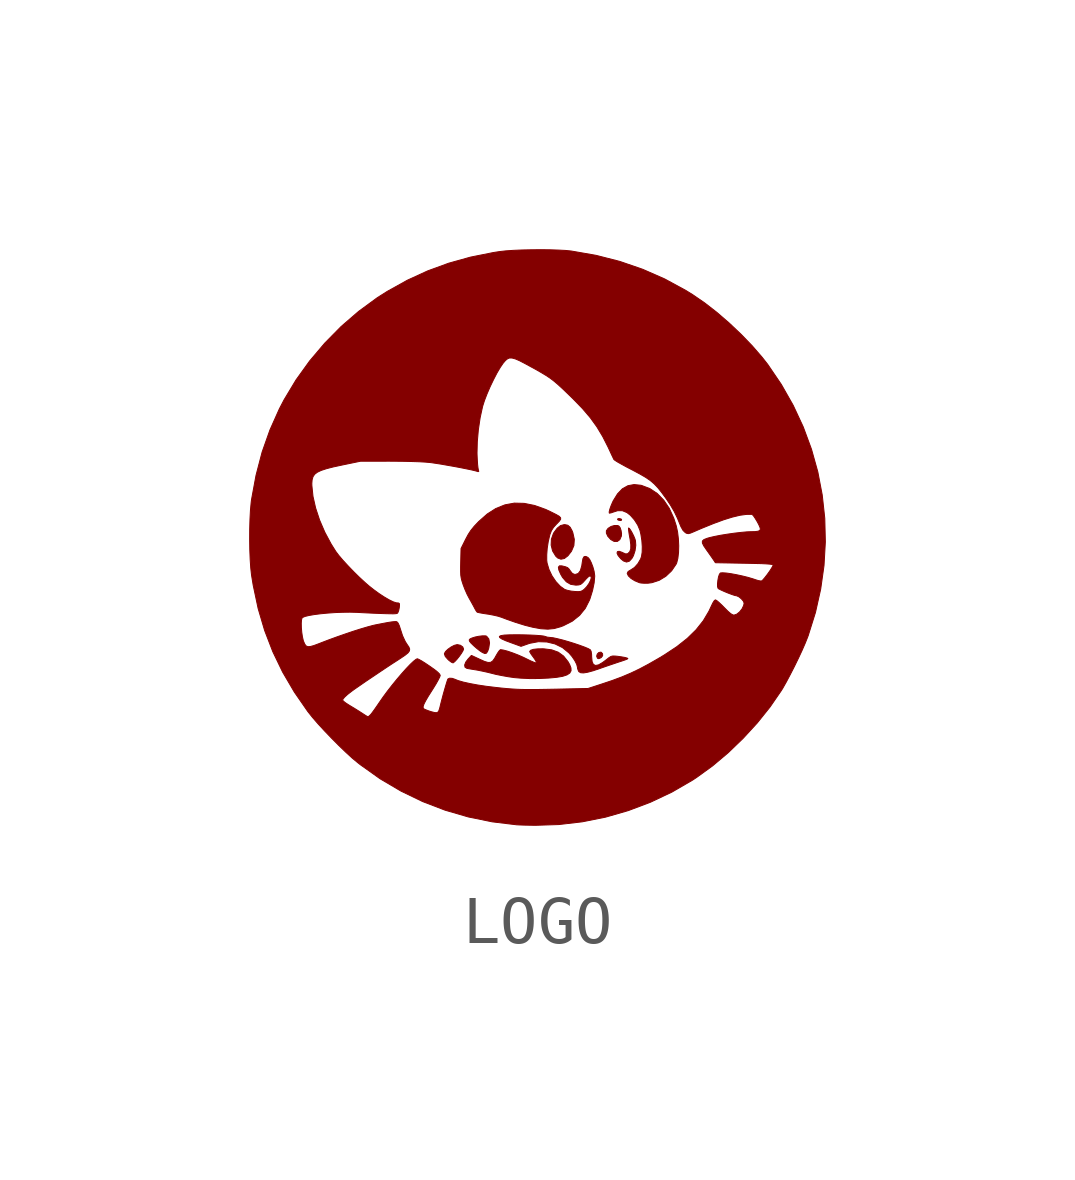
<source format=kicad_sym>
(kicad_symbol_lib
  (version 20220914)
  (generator "bitmap2component")
  (generator_version "9.0")
  (symbol "LOGO"
    (pin_names
      (offset 1.016))
    (property "Reference" "#G"
      (at 0 5.371 0)
      (effects (font (size 1.27 1.27)) hide))
    (symbol "LOGO_0_0"
      (polyline (pts (xy 0.45 -5.986) (xy 0.939 -5.929) (xy 1.423 -5.832) (xy 1.898 -5.695) (xy 2.361 -5.52) (xy 2.809 -5.308) (xy 3.238 -5.059) (xy 3.324 -5.002) (xy 3.655 -4.762) (xy 3.98 -4.488) (xy 4.292 -4.187) (xy 4.585 -3.868) (xy 4.851 -3.536) (xy 5.083 -3.199) (xy 5.116 -3.146) (xy 5.19 -3.015) (xy 5.272 -2.861) (xy 5.358 -2.693) (xy 5.442 -2.521) (xy 5.519 -2.356) (xy 5.584 -2.207) (xy 5.633 -2.084) (xy 5.647 -2.047) (xy 5.798 -1.565) (xy 5.907 -1.077) (xy 5.976 -0.587) (xy 6.004 -0.095) (xy 5.992 0.395) (xy 5.939 0.882) (xy 5.847 1.363) (xy 5.715 1.836) (xy 5.544 2.299) (xy 5.334 2.75) (xy 5.086 3.187) (xy 4.8 3.608) (xy 4.686 3.753) (xy 4.479 3.992) (xy 4.247 4.232) (xy 3.999 4.467) (xy 3.743 4.688) (xy 3.487 4.887) (xy 3.241 5.056) (xy 3.097 5.145) (xy 2.656 5.385) (xy 2.198 5.586) (xy 1.722 5.75) (xy 1.226 5.877) (xy 0.71 5.967) (xy 0.593 5.979) (xy 0.439 5.987) (xy 0.261 5.993) (xy 0.069 5.995) (xy -0.129 5.993) (xy -0.322 5.989) (xy -0.502 5.981) (xy -0.659 5.97) (xy -0.784 5.956) (xy -0.914 5.936) (xy -1.393 5.84) (xy -1.848 5.713) (xy -2.285 5.553) (xy -2.708 5.359) (xy -3.125 5.127) (xy -3.335 4.994) (xy -3.721 4.711) (xy -4.087 4.395) (xy -4.429 4.048) (xy -4.744 3.676) (xy -5.028 3.281) (xy -5.277 2.867) (xy -5.375 2.679) (xy -5.572 2.238) (xy -5.735 1.777) (xy -5.862 1.292) (xy -5.956 0.784) (xy -5.963 0.728) (xy -5.978 0.567) (xy -5.988 0.378) (xy -5.994 0.171) (xy -5.995 -0.044) (xy -5.992 -0.257) (xy -5.984 -0.458) (xy -5.972 -0.637) (xy -5.956 -0.784) (xy -5.921 -0.998) (xy -5.818 -1.483) (xy -5.727 -1.791) (xy -4.919 -1.791) (xy -4.914 -1.72) (xy -4.901 -1.678) (xy -4.893 -1.671) (xy -4.843 -1.649) (xy -4.76 -1.629) (xy -4.649 -1.61) (xy -4.516 -1.593) (xy -4.37 -1.579) (xy -4.214 -1.568) (xy -4.056 -1.562) (xy -3.903 -1.56) (xy -3.76 -1.564) (xy -3.61 -1.572) (xy -3.424 -1.581) (xy -3.275 -1.587) (xy -3.157 -1.591) (xy -3.068 -1.593) (xy -3.003 -1.594) (xy -2.958 -1.592) (xy -2.931 -1.588) (xy -2.916 -1.582) (xy -2.907 -1.572) (xy -2.889 -1.527) (xy -2.876 -1.464) (xy -2.872 -1.42) (xy -2.873 -1.383) (xy -2.889 -1.369) (xy -2.926 -1.366) (xy -2.94 -1.365) (xy -3.003 -1.344) (xy -3.089 -1.302) (xy -3.19 -1.243) (xy -3.3 -1.171) (xy -3.411 -1.09) (xy -3.517 -1.006) (xy -3.593 -0.939) (xy -3.711 -0.83) (xy -3.831 -0.712) (xy -3.946 -0.592) (xy -4.051 -0.478) (xy -4.137 -0.377) (xy -4.198 -0.296) (xy -4.296 -0.14) (xy -4.428 0.106) (xy -4.537 0.359) (xy -4.62 0.611) (xy -4.675 0.854) (xy -4.698 1.079) (xy -4.699 1.123) (xy -4.693 1.199) (xy -4.675 1.262) (xy -4.64 1.314) (xy -4.584 1.357) (xy -4.503 1.395) (xy -4.393 1.431) (xy -4.249 1.468) (xy -4.067 1.507) (xy -3.686 1.586) (xy -3.082 1.587) (xy -2.957 1.586) (xy -2.778 1.584) (xy -2.61 1.58) (xy -2.459 1.575) (xy -2.335 1.568) (xy -2.246 1.56) (xy -2.222 1.558) (xy -2.127 1.544) (xy -2.01 1.526) (xy -1.88 1.503) (xy -1.743 1.479) (xy -1.609 1.454) (xy -1.485 1.429) (xy -1.378 1.407) (xy -1.298 1.388) (xy -1.251 1.375) (xy -1.234 1.369) (xy -1.22 1.375) (xy -1.229 1.411) (xy -1.236 1.448) (xy -1.244 1.519) (xy -1.25 1.612) (xy -1.255 1.716) (xy -1.256 1.761) (xy -1.25 1.994) (xy -1.228 2.244) (xy -1.191 2.493) (xy -1.141 2.722) (xy -1.138 2.734) (xy -1.1 2.853) (xy -1.047 2.991) (xy -0.983 3.139) (xy -0.912 3.287) (xy -0.841 3.424) (xy -0.772 3.541) (xy -0.713 3.628) (xy -0.707 3.635) (xy -0.663 3.686) (xy -0.622 3.72) (xy -0.578 3.738) (xy -0.525 3.737) (xy -0.458 3.719) (xy -0.372 3.682) (xy -0.26 3.624) (xy -0.117 3.546) (xy -0.025 3.496) (xy 0.086 3.432) (xy 0.179 3.376) (xy 0.261 3.322) (xy 0.338 3.264) (xy 0.418 3.197) (xy 0.506 3.117) (xy 0.611 3.017) (xy 0.739 2.893) (xy 0.749 2.883) (xy 0.942 2.684) (xy 1.104 2.494) (xy 1.242 2.303) (xy 1.364 2.1) (xy 1.477 1.877) (xy 1.516 1.793) (xy 1.553 1.713) (xy 1.582 1.653) (xy 1.597 1.622) (xy 1.62 1.604) (xy 1.675 1.569) (xy 1.755 1.524) (xy 1.855 1.469) (xy 1.967 1.411) (xy 1.99 1.399) (xy 2.138 1.32) (xy 2.257 1.251) (xy 2.354 1.185) (xy 2.437 1.114) (xy 2.514 1.033) (xy 2.592 0.935) (xy 2.681 0.813) (xy 2.686 0.807) (xy 2.778 0.669) (xy 2.854 0.539) (xy 2.921 0.399) (xy 2.989 0.234) (xy 2.994 0.222) (xy 3.038 0.144) (xy 3.087 0.097) (xy 3.115 0.083) (xy 3.148 0.077) (xy 3.19 0.087) (xy 3.256 0.114) (xy 3.427 0.188) (xy 3.671 0.287) (xy 3.883 0.365) (xy 4.066 0.422) (xy 4.224 0.46) (xy 4.359 0.478) (xy 4.474 0.479) (xy 4.478 0.477) (xy 4.504 0.451) (xy 4.539 0.4) (xy 4.578 0.336) (xy 4.614 0.27) (xy 4.64 0.212) (xy 4.65 0.175) (xy 4.65 0.172) (xy 4.639 0.145) (xy 4.605 0.128) (xy 4.541 0.119) (xy 4.442 0.117) (xy 4.368 0.114) (xy 4.249 0.103) (xy 4.11 0.087) (xy 3.963 0.066) (xy 3.82 0.043) (xy 3.693 0.018) (xy 3.593 -0.005) (xy 3.538 -0.021) (xy 3.473 -0.047) (xy 3.441 -0.077) (xy 3.441 -0.119) (xy 3.471 -0.18) (xy 3.53 -0.266) (xy 3.552 -0.297) (xy 3.606 -0.373) (xy 3.65 -0.436) (xy 3.678 -0.477) (xy 3.712 -0.529) (xy 4.314 -0.54) (xy 4.37 -0.541) (xy 4.539 -0.545) (xy 4.671 -0.548) (xy 4.769 -0.553) (xy 4.839 -0.558) (xy 4.884 -0.564) (xy 4.908 -0.571) (xy 4.915 -0.58) (xy 4.909 -0.598) (xy 4.882 -0.645) (xy 4.841 -0.708) (xy 4.792 -0.776) (xy 4.743 -0.839) (xy 4.702 -0.887) (xy 4.676 -0.909) (xy 4.656 -0.91) (xy 4.604 -0.901) (xy 4.538 -0.88) (xy 4.495 -0.865) (xy 4.39 -0.834) (xy 4.273 -0.805) (xy 4.152 -0.779) (xy 4.038 -0.758) (xy 3.938 -0.744) (xy 3.861 -0.739) (xy 3.816 -0.743) (xy 3.796 -0.77) (xy 3.777 -0.825) (xy 3.764 -0.896) (xy 3.756 -0.968) (xy 3.757 -1.028) (xy 3.768 -1.063) (xy 3.777 -1.071) (xy 3.823 -1.095) (xy 3.891 -1.126) (xy 3.97 -1.159) (xy 4.047 -1.188) (xy 4.111 -1.21) (xy 4.149 -1.218) (xy 4.157 -1.219) (xy 4.204 -1.241) (xy 4.254 -1.282) (xy 4.294 -1.329) (xy 4.311 -1.37) (xy 4.302 -1.419) (xy 4.268 -1.49) (xy 4.216 -1.555) (xy 4.157 -1.602) (xy 4.1 -1.621) (xy 4.077 -1.616) (xy 4.033 -1.592) (xy 3.974 -1.541) (xy 3.895 -1.462) (xy 3.848 -1.414) (xy 3.787 -1.357) (xy 3.739 -1.317) (xy 3.712 -1.303) (xy 3.689 -1.32) (xy 3.658 -1.369) (xy 3.623 -1.442) (xy 3.578 -1.539) (xy 3.46 -1.738) (xy 3.31 -1.927) (xy 3.127 -2.106) (xy 2.907 -2.28) (xy 2.648 -2.451) (xy 2.525 -2.525) (xy 2.319 -2.643) (xy 2.131 -2.743) (xy 1.949 -2.83) (xy 1.763 -2.909) (xy 1.562 -2.984) (xy 1.335 -3.06) (xy 1.059 -3.15) (xy 0.498 -3.162) (xy 0.421 -3.164) (xy 0.213 -3.168) (xy 0.039 -3.171) (xy -0.107 -3.172) (xy -0.231 -3.172) (xy -0.34 -3.17) (xy -0.439 -3.166) (xy -0.536 -3.16) (xy -0.635 -3.152) (xy -0.744 -3.142) (xy -0.869 -3.128) (xy -0.87 -3.128) (xy -1.06 -3.105) (xy -1.24 -3.078) (xy -1.402 -3.048) (xy -1.542 -3.017) (xy -1.652 -2.985) (xy -1.726 -2.955) (xy -1.778 -2.938) (xy -1.831 -2.937) (xy -1.864 -2.954) (xy -1.867 -2.962) (xy -1.882 -3.005) (xy -1.904 -3.076) (xy -1.93 -3.166) (xy -1.958 -3.264) (xy -1.984 -3.362) (xy -2.007 -3.451) (xy -2.024 -3.521) (xy -2.037 -3.573) (xy -2.058 -3.63) (xy -2.088 -3.654) (xy -2.138 -3.653) (xy -2.218 -3.632) (xy -2.28 -3.611) (xy -2.338 -3.588) (xy -2.368 -3.572) (xy -2.379 -3.553) (xy -2.378 -3.521) (xy -2.361 -3.473) (xy -2.326 -3.405) (xy -2.271 -3.311) (xy -2.193 -3.188) (xy -2.167 -3.147) (xy -2.11 -3.054) (xy -2.065 -2.973) (xy -2.034 -2.912) (xy -2.023 -2.88) (xy -2.023 -2.879) (xy -2.035 -2.851) (xy -2.074 -2.811) (xy -2.142 -2.756) (xy -2.244 -2.684) (xy -2.252 -2.679) (xy -2.338 -2.621) (xy -2.413 -2.574) (xy -2.47 -2.543) (xy -2.5 -2.531) (xy -2.525 -2.541) (xy -2.577 -2.581) (xy -2.647 -2.647) (xy -2.73 -2.734) (xy -2.823 -2.838) (xy -2.923 -2.955) (xy -3.024 -3.079) (xy -3.123 -3.206) (xy -3.216 -3.332) (xy -3.299 -3.452) (xy -3.34 -3.512) (xy -3.395 -3.591) (xy -3.441 -3.654) (xy -3.47 -3.691) (xy -3.505 -3.725) (xy -3.529 -3.739) (xy -3.546 -3.732) (xy -3.589 -3.706) (xy -3.647 -3.668) (xy -3.652 -3.665) (xy -3.725 -3.618) (xy -3.815 -3.562) (xy -3.903 -3.509) (xy -3.928 -3.494) (xy -3.994 -3.451) (xy -4.04 -3.415) (xy -4.057 -3.392) (xy -4.053 -3.378) (xy -4.019 -3.334) (xy -3.955 -3.275) (xy -3.866 -3.206) (xy -3.807 -3.163) (xy -3.701 -3.09) (xy -3.574 -3.002) (xy -3.434 -2.908) (xy -3.29 -2.811) (xy -3.151 -2.718) (xy -3.024 -2.634) (xy -2.918 -2.566) (xy -2.839 -2.514) (xy -2.751 -2.454) (xy -2.694 -2.407) (xy -2.665 -2.367) (xy -2.66 -2.329) (xy -2.675 -2.288) (xy -2.708 -2.24) (xy -2.751 -2.173) (xy -2.808 -2.05) (xy -2.859 -1.893) (xy -2.875 -1.843) (xy -2.901 -1.787) (xy -2.926 -1.76) (xy -2.945 -1.756) (xy -2.981 -1.757) (xy -3.037 -1.763) (xy -3.119 -1.776) (xy -3.231 -1.797) (xy -3.379 -1.826) (xy -3.427 -1.837) (xy -3.539 -1.867) (xy -3.678 -1.908) (xy -3.836 -1.958) (xy -4.004 -2.015) (xy -4.176 -2.075) (xy -4.343 -2.136) (xy -4.497 -2.195) (xy -4.553 -2.217) (xy -4.657 -2.256) (xy -4.731 -2.276) (xy -4.782 -2.279) (xy -4.818 -2.263) (xy -4.844 -2.229) (xy -4.868 -2.176) (xy -4.877 -2.151) (xy -4.895 -2.073) (xy -4.909 -1.979) (xy -4.917 -1.881) (xy -4.919 -1.791) (xy -5.727 -1.791) (xy -5.682 -1.943) (xy -5.512 -2.384) (xy -5.307 -2.809) (xy -5.064 -3.224) (xy -4.781 -3.633) (xy -4.775 -3.64) (xy -4.682 -3.757) (xy -4.564 -3.893) (xy -4.428 -4.04) (xy -4.282 -4.192) (xy -4.133 -4.342) (xy -3.988 -4.481) (xy -3.855 -4.603) (xy -3.739 -4.699) (xy -3.688 -4.739) (xy -3.275 -5.033) (xy -2.841 -5.289) (xy -2.39 -5.507) (xy -1.921 -5.687) (xy -1.436 -5.828) (xy -0.937 -5.93) (xy -0.424 -5.992) (xy -0.416 -5.992) (xy -0.356 -5.995) (xy -0.267 -5.998) (xy -0.158 -6) (xy -0.043 -6.002) (xy -0.04 -6.002) (xy 0.45 -5.986)) (stroke (width 0.01) (type default)) (fill (type outline)))
      (polyline (pts (xy 0.053 -2.942) (xy 0.239 -2.933) (xy 0.403 -2.918) (xy 0.528 -2.897) (xy 0.619 -2.867) (xy 0.677 -2.829) (xy 0.704 -2.781) (xy 0.702 -2.723) (xy 0.675 -2.652) (xy 0.639 -2.589) (xy 0.548 -2.475) (xy 0.437 -2.394) (xy 0.302 -2.345) (xy 0.138 -2.324) (xy 0.111 -2.323) (xy 0.002 -2.325) (xy -0.083 -2.335) (xy -0.139 -2.354) (xy -0.159 -2.38) (xy -0.151 -2.397) (xy -0.124 -2.441) (xy -0.083 -2.497) (xy -0.051 -2.542) (xy -0.023 -2.591) (xy -0.015 -2.617) (xy -0.029 -2.618) (xy -0.073 -2.603) (xy -0.141 -2.574) (xy -0.224 -2.533) (xy -0.292 -2.5) (xy -0.401 -2.452) (xy -0.513 -2.409) (xy -0.618 -2.373) (xy -0.706 -2.35) (xy -0.766 -2.341) (xy -0.767 -2.341) (xy -0.79 -2.36) (xy -0.824 -2.408) (xy -0.862 -2.473) (xy -0.889 -2.522) (xy -0.93 -2.578) (xy -0.973 -2.606) (xy -1.027 -2.608) (xy -1.101 -2.586) (xy -1.203 -2.54) (xy -1.373 -2.461) (xy -1.444 -2.538) (xy -1.491 -2.601) (xy -1.514 -2.662) (xy -1.506 -2.707) (xy -1.467 -2.731) (xy -1.424 -2.739) (xy -1.353 -2.751) (xy -1.271 -2.764) (xy -1.248 -2.768) (xy -1.148 -2.788) (xy -1.035 -2.813) (xy -0.927 -2.84) (xy -0.864 -2.856) (xy -0.74 -2.881) (xy -0.606 -2.905) (xy -0.482 -2.923) (xy -0.343 -2.935) (xy -0.145 -2.944) (xy 0.053 -2.942)) (stroke (width 0.01) (type default)) (fill (type outline)))
      (polyline (pts (xy 1.049 -2.812) (xy 1.164 -2.781) (xy 1.313 -2.731) (xy 1.323 -2.727) (xy 1.438 -2.687) (xy 1.55 -2.649) (xy 1.647 -2.616) (xy 1.716 -2.593) (xy 1.754 -2.581) (xy 1.83 -2.555) (xy 1.873 -2.538) (xy 1.887 -2.527) (xy 1.878 -2.519) (xy 1.85 -2.51) (xy 1.818 -2.502) (xy 1.748 -2.49) (xy 1.669 -2.479) (xy 1.628 -2.475) (xy 1.575 -2.473) (xy 1.534 -2.483) (xy 1.491 -2.51) (xy 1.429 -2.559) (xy 1.363 -2.608) (xy 1.278 -2.658) (xy 1.213 -2.671) (xy 1.168 -2.647) (xy 1.142 -2.587) (xy 1.133 -2.49) (xy 1.132 -2.444) (xy 1.123 -2.38) (xy 1.107 -2.345) (xy 1.106 -2.345) (xy 1.061 -2.319) (xy 0.984 -2.287) (xy 0.883 -2.25) (xy 0.767 -2.211) (xy 0.645 -2.173) (xy 0.526 -2.139) (xy 0.417 -2.112) (xy 0.329 -2.093) (xy 0.27 -2.087) (xy 0.207 -2.08) (xy 0.155 -2.063) (xy 0.129 -2.057) (xy 0.063 -2.049) (xy -0.034 -2.042) (xy -0.158 -2.036) (xy -0.302 -2.032) (xy -0.418 -2.031) (xy -0.572 -2.032) (xy -0.684 -2.037) (xy -0.757 -2.048) (xy -0.79 -2.065) (xy -0.784 -2.088) (xy -0.74 -2.118) (xy -0.658 -2.155) (xy -0.54 -2.199) (xy -0.339 -2.272) (xy -0.191 -2.22) (xy -0.154 -2.208) (xy 0.024 -2.175) (xy 0.201 -2.181) (xy 0.37 -2.222) (xy 0.526 -2.299) (xy 0.66 -2.409) (xy 0.726 -2.486) (xy 0.783 -2.571) (xy 0.822 -2.648) (xy 0.837 -2.707) (xy 0.84 -2.735) (xy 0.859 -2.787) (xy 0.869 -2.801) (xy 0.905 -2.822) (xy 0.964 -2.826) (xy 1.049 -2.812)) (stroke (width 0.01) (type default)) (fill (type outline)))
      (polyline (pts (xy -1.752 -2.615) (xy -1.719 -2.589) (xy -1.674 -2.541) (xy -1.626 -2.481) (xy -1.581 -2.418) (xy -1.549 -2.364) (xy -1.536 -2.329) (xy -1.553 -2.285) (xy -1.601 -2.25) (xy -1.666 -2.236) (xy -1.671 -2.236) (xy -1.729 -2.251) (xy -1.797 -2.286) (xy -1.862 -2.332) (xy -1.912 -2.38) (xy -1.935 -2.421) (xy -1.935 -2.433) (xy -1.917 -2.483) (xy -1.864 -2.543) (xy -1.837 -2.568) (xy -1.79 -2.603) (xy -1.758 -2.616) (xy -1.752 -2.615)) (stroke (width 0.01) (type default)) (fill (type outline)))
      (polyline (pts (xy 1.325 -2.51) (xy 1.334 -2.504) (xy 1.362 -2.467) (xy 1.361 -2.425) (xy 1.332 -2.396) (xy 1.325 -2.393) (xy 1.282 -2.401) (xy 1.25 -2.433) (xy 1.237 -2.477) (xy 1.253 -2.517) (xy 1.266 -2.527) (xy 1.286 -2.528) (xy 1.325 -2.51)) (stroke (width 0.01) (type default)) (fill (type outline)))
      (polyline (pts (xy -1.058 -2.413) (xy -1.031 -2.367) (xy -1.011 -2.307) (xy -0.995 -2.201) (xy -1.01 -2.117) (xy -1.057 -2.06) (xy -1.083 -2.053) (xy -1.143 -2.053) (xy -1.218 -2.062) (xy -1.296 -2.078) (xy -1.362 -2.099) (xy -1.401 -2.117) (xy -1.419 -2.139) (xy -1.411 -2.168) (xy -1.409 -2.17) (xy -1.379 -2.207) (xy -1.325 -2.259) (xy -1.261 -2.315) (xy -1.197 -2.365) (xy -1.144 -2.4) (xy -1.093 -2.422) (xy -1.058 -2.413)) (stroke (width 0.01) (type default)) (fill (type outline)))
      (polyline (pts (xy 0.353 -1.901) (xy 0.482 -1.865) (xy 0.544 -1.842) (xy 0.729 -1.748) (xy 0.881 -1.627) (xy 1 -1.481) (xy 1.088 -1.307) (xy 1.101 -1.272) (xy 1.152 -1.107) (xy 1.185 -0.949) (xy 1.197 -0.812) (xy 1.196 -0.792) (xy 1.184 -0.708) (xy 1.159 -0.617) (xy 1.126 -0.53) (xy 1.091 -0.46) (xy 1.056 -0.419) (xy 1.012 -0.398) (xy 0.975 -0.403) (xy 0.951 -0.445) (xy 0.937 -0.525) (xy 0.927 -0.594) (xy 0.898 -0.694) (xy 0.854 -0.753) (xy 0.795 -0.773) (xy 0.774 -0.772) (xy 0.73 -0.752) (xy 0.689 -0.7) (xy 0.661 -0.659) (xy 0.631 -0.631) (xy 0.586 -0.613) (xy 0.513 -0.595) (xy 0.462 -0.594) (xy 0.44 -0.622) (xy 0.449 -0.68) (xy 0.487 -0.767) (xy 0.526 -0.835) (xy 0.605 -0.926) (xy 0.695 -0.979) (xy 0.801 -0.996) (xy 0.81 -0.996) (xy 0.866 -0.992) (xy 0.906 -0.979) (xy 0.946 -0.947) (xy 0.998 -0.89) (xy 1.024 -0.861) (xy 1.068 -0.819) (xy 1.097 -0.804) (xy 1.117 -0.812) (xy 1.125 -0.843) (xy 1.11 -0.897) (xy 1.077 -0.963) (xy 1.031 -1.028) (xy 0.977 -1.084) (xy 0.941 -1.111) (xy 0.903 -1.127) (xy 0.852 -1.132) (xy 0.774 -1.128) (xy 0.706 -1.121) (xy 0.626 -1.104) (xy 0.57 -1.085) (xy 0.48 -1.021) (xy 0.388 -0.922) (xy 0.306 -0.801) (xy 0.243 -0.668) (xy 0.204 -0.535) (xy 0.197 -0.479) (xy 0.197 -0.363) (xy 0.207 -0.23) (xy 0.228 -0.092) (xy 0.257 0.035) (xy 0.264 0.061) (xy 0.295 0.14) (xy 0.338 0.207) (xy 0.404 0.28) (xy 0.413 0.288) (xy 0.462 0.34) (xy 0.487 0.378) (xy 0.486 0.408) (xy 0.456 0.439) (xy 0.394 0.475) (xy 0.296 0.524) (xy 0.176 0.581) (xy -0.056 0.664) (xy -0.273 0.708) (xy -0.479 0.713) (xy -0.674 0.677) (xy -0.862 0.602) (xy -1.042 0.487) (xy -1.219 0.331) (xy -1.224 0.326) (xy -1.315 0.23) (xy -1.384 0.145) (xy -1.44 0.059) (xy -1.494 -0.042) (xy -1.589 -0.233) (xy -1.596 -0.523) (xy -1.598 -0.615) (xy -1.598 -0.712) (xy -1.595 -0.786) (xy -1.586 -0.847) (xy -1.571 -0.908) (xy -1.548 -0.979) (xy -1.548 -0.98) (xy -1.51 -1.08) (xy -1.464 -1.185) (xy -1.419 -1.271) (xy -1.381 -1.338) (xy -1.339 -1.414) (xy -1.308 -1.472) (xy -1.302 -1.485) (xy -1.274 -1.533) (xy -1.253 -1.56) (xy -1.244 -1.563) (xy -1.199 -1.573) (xy -1.128 -1.586) (xy -1.041 -1.599) (xy -1.011 -1.603) (xy -0.908 -1.623) (xy -0.813 -1.645) (xy -0.742 -1.668) (xy -0.634 -1.709) (xy -0.443 -1.776) (xy -0.258 -1.833) (xy -0.095 -1.874) (xy 0.074 -1.905) (xy 0.221 -1.914) (xy 0.353 -1.901)) (stroke (width 0.01) (type default)) (fill (type outline)))
      (polyline (pts (xy 2.309 -0.956) (xy 2.39 -0.945) (xy 2.541 -0.896) (xy 2.68 -0.811) (xy 2.8 -0.697) (xy 2.895 -0.557) (xy 2.906 -0.532) (xy 2.93 -0.438) (xy 2.944 -0.316) (xy 2.948 -0.178) (xy 2.941 -0.032) (xy 2.924 0.111) (xy 2.896 0.24) (xy 2.845 0.398) (xy 2.752 0.602) (xy 2.636 0.774) (xy 2.501 0.913) (xy 2.346 1.016) (xy 2.175 1.081) (xy 2.161 1.085) (xy 2.018 1.1) (xy 1.889 1.076) (xy 1.774 1.012) (xy 1.673 0.907) (xy 1.584 0.763) (xy 1.57 0.734) (xy 1.537 0.657) (xy 1.512 0.587) (xy 1.499 0.532) (xy 1.5 0.506) (xy 1.504 0.504) (xy 1.537 0.51) (xy 1.589 0.528) (xy 1.674 0.555) (xy 1.774 0.555) (xy 1.869 0.516) (xy 1.94 0.46) (xy 2.023 0.366) (xy 2.093 0.257) (xy 2.139 0.148) (xy 2.159 0.064) (xy 2.179 -0.064) (xy 2.188 -0.193) (xy 2.186 -0.309) (xy 2.172 -0.399) (xy 2.154 -0.451) (xy 2.098 -0.548) (xy 2.025 -0.629) (xy 1.945 -0.681) (xy 1.894 -0.712) (xy 1.875 -0.749) (xy 1.875 -0.753) (xy 1.898 -0.803) (xy 1.953 -0.856) (xy 2.032 -0.905) (xy 2.128 -0.945) (xy 2.161 -0.952) (xy 2.23 -0.957) (xy 2.309 -0.956)) (stroke (width 0.01) (type default)) (fill (type outline)))
      (polyline (pts (xy 1.919 -0.497) (xy 1.973 -0.438) (xy 2.004 -0.382) (xy 2.038 -0.277) (xy 2.053 -0.166) (xy 2.046 -0.069) (xy 2.035 -0.033) (xy 2.01 0.028) (xy 1.978 0.092) (xy 1.946 0.148) (xy 1.919 0.185) (xy 1.902 0.194) (xy 1.901 0.186) (xy 1.904 0.145) (xy 1.913 0.078) (xy 1.928 -0.007) (xy 1.934 -0.038) (xy 1.949 -0.155) (xy 1.948 -0.24) (xy 1.928 -0.299) (xy 1.889 -0.337) (xy 1.881 -0.342) (xy 1.842 -0.346) (xy 1.788 -0.323) (xy 1.769 -0.313) (xy 1.706 -0.291) (xy 1.67 -0.298) (xy 1.662 -0.329) (xy 1.685 -0.38) (xy 1.739 -0.445) (xy 1.795 -0.492) (xy 1.86 -0.515) (xy 1.919 -0.497)) (stroke (width 0.01) (type default)) (fill (type outline)))
      (polyline (pts (xy 0.565 -0.441) (xy 0.638 -0.385) (xy 0.712 -0.29) (xy 0.713 -0.288) (xy 0.763 -0.171) (xy 0.772 -0.043) (xy 0.741 0.097) (xy 0.728 0.131) (xy 0.686 0.209) (xy 0.636 0.252) (xy 0.573 0.265) (xy 0.557 0.264) (xy 0.483 0.244) (xy 0.415 0.19) (xy 0.347 0.099) (xy 0.335 0.077) (xy 0.294 -0.039) (xy 0.289 -0.163) (xy 0.319 -0.284) (xy 0.384 -0.391) (xy 0.425 -0.43) (xy 0.493 -0.456) (xy 0.565 -0.441)) (stroke (width 0.01) (type default)) (fill (type outline)))
      (polyline (pts (xy 1.668 -0.086) (xy 1.72 -0.048) (xy 1.753 0.027) (xy 1.756 0.079) (xy 1.746 0.143) (xy 1.726 0.202) (xy 1.701 0.235) (xy 1.675 0.246) (xy 1.609 0.247) (xy 1.537 0.226) (xy 1.475 0.187) (xy 1.44 0.137) (xy 1.44 0.087) (xy 1.471 0.02) (xy 1.533 -0.047) (xy 1.603 -0.086) (xy 1.668 -0.086)) (stroke (width 0.01) (type default)) (fill (type outline)))
      (polyline (pts (xy 1.752 0.354) (xy 1.758 0.371) (xy 1.744 0.383) (xy 1.703 0.392) (xy 1.68 0.388) (xy 1.673 0.371) (xy 1.688 0.359) (xy 1.729 0.35) (xy 1.752 0.354)) (stroke (width 0.01) (type default)) (fill (type outline))))))
</source>
